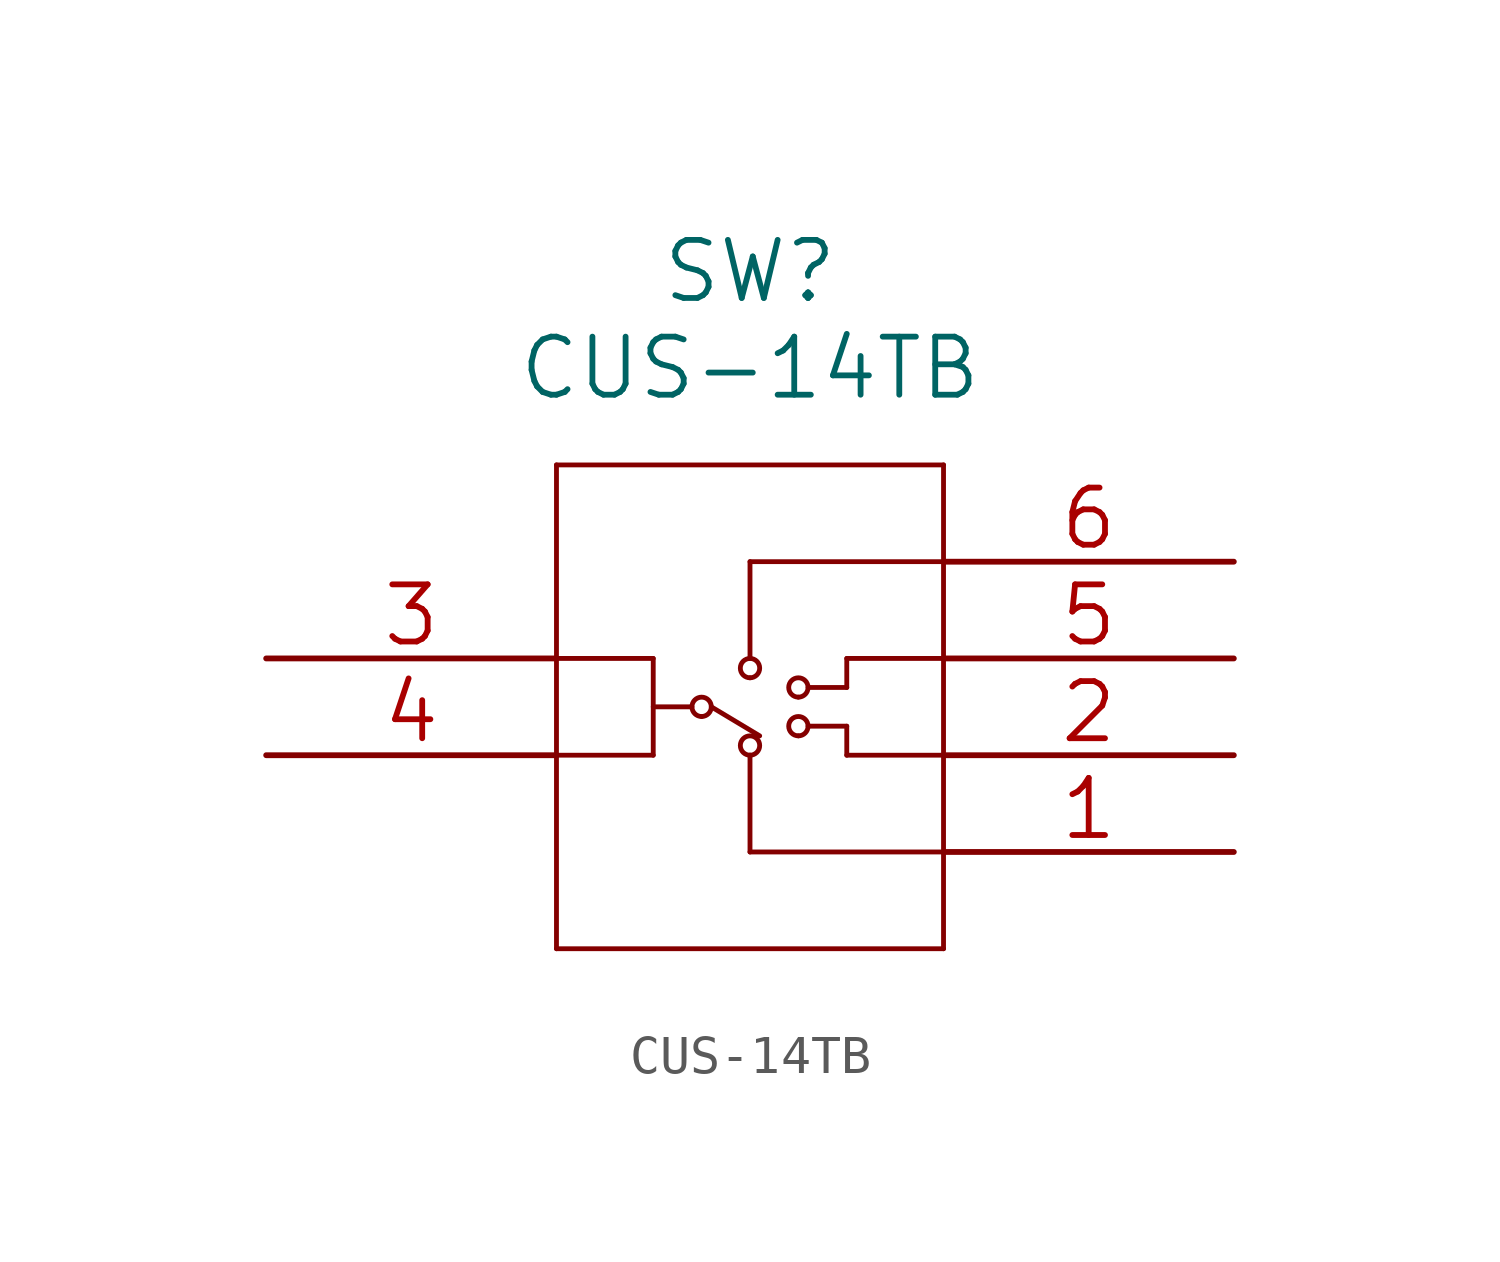
<source format=kicad_sym>
(kicad_symbol_lib
  (version 20211014)
  (generator kicad_symbol_editor)
  (symbol "CUS-14TB"
    (pin_names
      (offset 0.254) hide)
    (property "Reference" "SW"
      (at 12.7 10.16 0)
      (effects (font (size 1.524 1.524))))
    (property "Value" "CUS-14TB"
      (at 12.7 7.62 0)
      (effects (font (size 1.524 1.524))))
    (property "Datasheet" ""
      (at 0 0 0)
      (effects (font (size 1.524 1.524))))
    (property "ki_locked" ""
      (at 0 0 0)
      (effects (font (size 1.27 1.27))))
    (symbol "CUS-14TB_1_1"
      (polyline (pts (xy 7.62 -7.62) (xy 17.78 -7.62)) (stroke (width 0.127) (type default) (color 0 0 0 0)) (fill (type none)))
      (polyline (pts (xy 7.62 5.08) (xy 7.62 -7.62)) (stroke (width 0.127) (type default) (color 0 0 0 0)) (fill (type none)))
      (polyline (pts (xy 10.16 -2.54) (xy 7.62 -2.54)) (stroke (width 0.127) (type default) (color 0 0 0 0)) (fill (type none)))
      (polyline (pts (xy 10.16 -1.27) (xy 11.176 -1.27)) (stroke (width 0.127) (type default) (color 0 0 0 0)) (fill (type none)))
      (polyline (pts (xy 10.16 0) (xy 7.62 0)) (stroke (width 0.127) (type default) (color 0 0 0 0)) (fill (type none)))
      (polyline (pts (xy 10.16 0) (xy 10.16 -2.54)) (stroke (width 0.127) (type default) (color 0 0 0 0)) (fill (type none)))
      (polyline (pts (xy 11.684 -1.27) (xy 12.954 -2.032)) (stroke (width 0.127) (type default) (color 0 0 0 0)) (fill (type none)))
      (polyline (pts (xy 12.7 -5.08) (xy 17.78 -5.08)) (stroke (width 0.127) (type default) (color 0 0 0 0)) (fill (type none)))
      (polyline (pts (xy 12.7 -2.54) (xy 12.7 -5.08)) (stroke (width 0.127) (type default) (color 0 0 0 0)) (fill (type none)))
      (polyline (pts (xy 12.7 0) (xy 12.7 2.54)) (stroke (width 0.127) (type default) (color 0 0 0 0)) (fill (type none)))
      (polyline (pts (xy 12.7 2.54) (xy 17.78 2.54)) (stroke (width 0.127) (type default) (color 0 0 0 0)) (fill (type none)))
      (polyline (pts (xy 14.224 -1.778) (xy 15.24 -1.778)) (stroke (width 0.127) (type default) (color 0 0 0 0)) (fill (type none)))
      (polyline (pts (xy 14.224 -0.762) (xy 15.24 -0.762)) (stroke (width 0.127) (type default) (color 0 0 0 0)) (fill (type none)))
      (polyline (pts (xy 15.24 -2.54) (xy 17.78 -2.54)) (stroke (width 0.127) (type default) (color 0 0 0 0)) (fill (type none)))
      (polyline (pts (xy 15.24 -1.778) (xy 15.24 -2.54)) (stroke (width 0.127) (type default) (color 0 0 0 0)) (fill (type none)))
      (polyline (pts (xy 15.24 -0.762) (xy 15.24 0)) (stroke (width 0.127) (type default) (color 0 0 0 0)) (fill (type none)))
      (polyline (pts (xy 15.24 0) (xy 17.78 0)) (stroke (width 0.127) (type default) (color 0 0 0 0)) (fill (type none)))
      (polyline (pts (xy 17.78 -7.62) (xy 17.78 5.08)) (stroke (width 0.127) (type default) (color 0 0 0 0)) (fill (type none)))
      (polyline (pts (xy 17.78 5.08) (xy 7.62 5.08)) (stroke (width 0.127) (type default) (color 0 0 0 0)) (fill (type none)))
      (arc (start 11.43 -1.524) (mid 11.43 -1.016) (end 11.43 -1.524) (stroke (width 0.127) (type default) (color 0 0 0 0)) (fill (type none)))
      (circle (center 11.43 -1.27) (radius 0.254) (stroke (width 0.127) (type default) (color 0 0 0 0)) (fill (type none)))
      (arc (start 12.7 -2.54) (mid 12.7 -2.032) (end 12.7 -2.54) (stroke (width 0.127) (type default) (color 0 0 0 0)) (fill (type none)))
      (circle (center 12.7 -2.286) (radius 0.254) (stroke (width 0.127) (type default) (color 0 0 0 0)) (fill (type none)))
      (arc (start 12.7 -0.508) (mid 12.7 0) (end 12.7 -0.508) (stroke (width 0.127) (type default) (color 0 0 0 0)) (fill (type none)))
      (circle (center 12.7 -0.254) (radius 0.254) (stroke (width 0.127) (type default) (color 0 0 0 0)) (fill (type none)))
      (arc (start 13.97 -2.032) (mid 13.97 -1.524) (end 13.97 -2.032) (stroke (width 0.127) (type default) (color 0 0 0 0)) (fill (type none)))
      (circle (center 13.97 -1.778) (radius 0.254) (stroke (width 0.127) (type default) (color 0 0 0 0)) (fill (type none)))
      (arc (start 13.97 -1.016) (mid 13.97 -0.508) (end 13.97 -1.016) (stroke (width 0.127) (type default) (color 0 0 0 0)) (fill (type none)))
      (circle (center 13.97 -0.762) (radius 0.254) (stroke (width 0.127) (type default) (color 0 0 0 0)) (fill (type none)))
      (pin unspecified line (at 25.4 -5.08 180) (length 7.62) (name "1" (effects (font (size 1.499 1.499)))) (number "1" (effects (font (size 1.499 1.499)))))
      (pin unspecified line (at 25.4 -2.54 180) (length 7.62) (name "2" (effects (font (size 1.499 1.499)))) (number "2" (effects (font (size 1.499 1.499)))))
      (pin unspecified line (at 0 0 0) (length 7.62) (name "3" (effects (font (size 1.499 1.499)))) (number "3" (effects (font (size 1.499 1.499)))))
      (pin unspecified line (at 0 -2.54 0) (length 7.62) (name "4" (effects (font (size 1.499 1.499)))) (number "4" (effects (font (size 1.499 1.499)))))
      (pin unspecified line (at 25.4 0 180) (length 7.62) (name "5" (effects (font (size 1.499 1.499)))) (number "5" (effects (font (size 1.499 1.499)))))
      (pin unspecified line (at 25.4 2.54 180) (length 7.62) (name "6" (effects (font (size 1.499 1.499)))) (number "6" (effects (font (size 1.499 1.499))))))))
</source>
